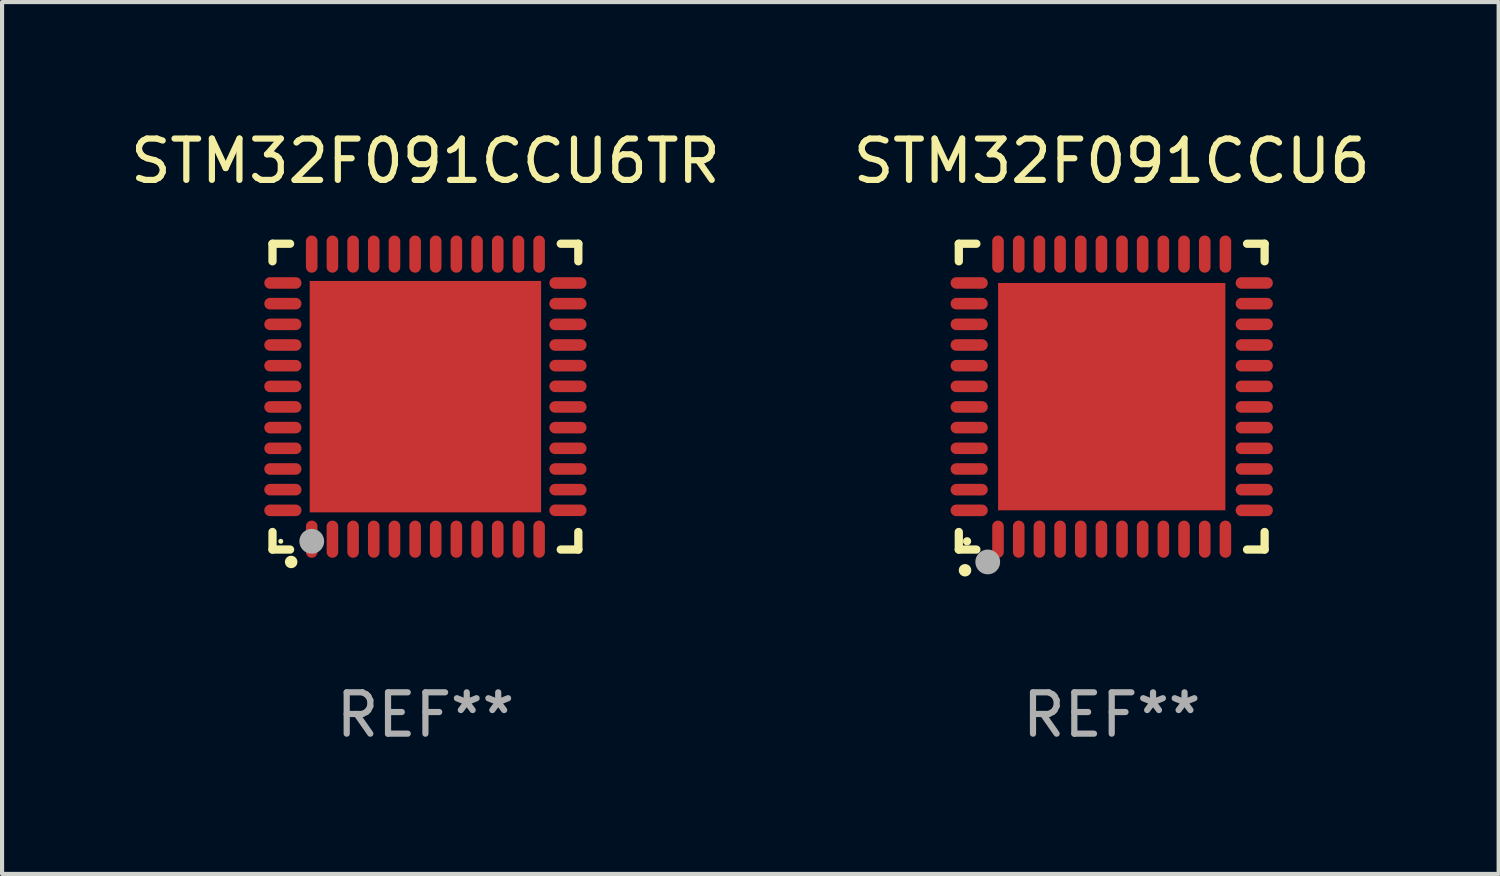
<source format=kicad_pcb>
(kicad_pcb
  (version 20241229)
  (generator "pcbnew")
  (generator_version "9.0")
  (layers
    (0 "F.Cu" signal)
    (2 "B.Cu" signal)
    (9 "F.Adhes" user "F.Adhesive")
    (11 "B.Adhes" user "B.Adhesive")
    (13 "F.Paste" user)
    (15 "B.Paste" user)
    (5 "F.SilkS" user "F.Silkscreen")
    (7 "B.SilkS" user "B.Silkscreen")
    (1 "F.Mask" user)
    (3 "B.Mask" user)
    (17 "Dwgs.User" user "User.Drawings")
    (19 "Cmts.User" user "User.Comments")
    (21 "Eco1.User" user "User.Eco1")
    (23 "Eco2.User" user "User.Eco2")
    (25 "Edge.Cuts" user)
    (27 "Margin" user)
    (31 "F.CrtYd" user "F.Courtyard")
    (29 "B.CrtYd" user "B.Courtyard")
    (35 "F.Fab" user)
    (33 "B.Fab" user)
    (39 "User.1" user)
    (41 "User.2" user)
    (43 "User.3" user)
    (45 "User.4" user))
  (footprint "STM32F091CCU6TR"
    (layer "F.Cu")
    (at 7.244 6.548)
    (property "Reference" "STM32F091CCU6TR" (at 0 -5.7 0) (layer "F.SilkS") (effects (font (size 1 1) (thickness 0.15))))
    (attr through_hole)
    (fp_line (start -3.7 -3.7) (end -3.275 -3.7) (stroke (width 0.2) (type solid)) (layer "F.SilkS"))
    (fp_line (start -3.7 -3.275) (end -3.7 -3.7) (stroke (width 0.2) (type solid)) (layer "F.SilkS"))
    (fp_line (start -3.7 3.7) (end -3.7 3.275) (stroke (width 0.2) (type solid)) (layer "F.SilkS"))
    (fp_line (start -3.275 3.7) (end -3.7 3.7) (stroke (width 0.2) (type solid)) (layer "F.SilkS"))
    (fp_line (start 3.7 -3.7) (end 3.275 -3.7) (stroke (width 0.2) (type solid)) (layer "F.SilkS"))
    (fp_line (start 3.7 -3.275) (end 3.7 -3.7) (stroke (width 0.2) (type solid)) (layer "F.SilkS"))
    (fp_line (start 3.7 3.275) (end 3.7 3.7) (stroke (width 0.2) (type solid)) (layer "F.SilkS"))
    (fp_line (start 3.7 3.7) (end 3.275 3.7) (stroke (width 0.2) (type solid)) (layer "F.SilkS"))
    (fp_arc (start -3.249936 3.999975) (mid -3.248666 3.99997) (end -3.247396 3.999975) (stroke (width 0.3) (type solid)) (layer "F.SilkS"))
    (fp_circle (center -3.5 3.5) (end -3.47 3.5) (stroke (width 0.06) (type solid)) (fill no) (layer "F.SilkS"))
    (fp_circle (center -2.75 3.5) (end -2.6 3.5) (stroke (width 0.3) (type solid)) (fill no) (layer "F.Fab"))
    (fp_text user "REF**" (at 0 7.7 0) (layer "F.Fab") (effects (font (size 1 1) (thickness 0.15))))
    (pad "1" smd oval (at -2.751 3.449) (size 0.28 0.9) (layers "F.Cu" "F.Mask" "F.Paste"))
    (pad "2" smd oval (at -2.25 3.449) (size 0.28 0.9) (layers "F.Cu" "F.Mask" "F.Paste"))
    (pad "3" smd oval (at -1.75 3.449) (size 0.28 0.9) (layers "F.Cu" "F.Mask" "F.Paste"))
    (pad "4" smd oval (at -1.25 3.449) (size 0.28 0.9) (layers "F.Cu" "F.Mask" "F.Paste"))
    (pad "5" smd oval (at -0.749 3.449) (size 0.28 0.9) (layers "F.Cu" "F.Mask" "F.Paste"))
    (pad "6" smd oval (at -0.249 3.449) (size 0.28 0.9) (layers "F.Cu" "F.Mask" "F.Paste"))
    (pad "7" smd oval (at 0.249 3.449) (size 0.28 0.9) (layers "F.Cu" "F.Mask" "F.Paste"))
    (pad "8" smd oval (at 0.749 3.449) (size 0.28 0.9) (layers "F.Cu" "F.Mask" "F.Paste"))
    (pad "9" smd oval (at 1.25 3.449) (size 0.28 0.9) (layers "F.Cu" "F.Mask" "F.Paste"))
    (pad "10" smd oval (at 1.75 3.449) (size 0.28 0.9) (layers "F.Cu" "F.Mask" "F.Paste"))
    (pad "11" smd oval (at 2.251 3.449) (size 0.28 0.9) (layers "F.Cu" "F.Mask" "F.Paste"))
    (pad "12" smd oval (at 2.751 3.449) (size 0.28 0.9) (layers "F.Cu" "F.Mask" "F.Paste"))
    (pad "13" smd oval (at 3.449 2.75) (size 0.9 0.28) (layers "F.Cu" "F.Mask" "F.Paste"))
    (pad "14" smd oval (at 3.449 2.25) (size 0.9 0.28) (layers "F.Cu" "F.Mask" "F.Paste"))
    (pad "15" smd oval (at 3.449 1.75) (size 0.9 0.28) (layers "F.Cu" "F.Mask" "F.Paste"))
    (pad "16" smd oval (at 3.449 1.25) (size 0.9 0.28) (layers "F.Cu" "F.Mask" "F.Paste"))
    (pad "17" smd oval (at 3.449 0.75) (size 0.9 0.28) (layers "F.Cu" "F.Mask" "F.Paste"))
    (pad "18" smd oval (at 3.449 0.25) (size 0.9 0.28) (layers "F.Cu" "F.Mask" "F.Paste"))
    (pad "19" smd oval (at 3.449 -0.25) (size 0.9 0.28) (layers "F.Cu" "F.Mask" "F.Paste"))
    (pad "20" smd oval (at 3.449 -0.75) (size 0.9 0.28) (layers "F.Cu" "F.Mask" "F.Paste"))
    (pad "21" smd oval (at 3.449 -1.25) (size 0.9 0.28) (layers "F.Cu" "F.Mask" "F.Paste"))
    (pad "22" smd oval (at 3.449 -1.75) (size 0.9 0.28) (layers "F.Cu" "F.Mask" "F.Paste"))
    (pad "23" smd oval (at 3.449 -2.25) (size 0.9 0.28) (layers "F.Cu" "F.Mask" "F.Paste"))
    (pad "24" smd oval (at 3.449 -2.75) (size 0.9 0.28) (layers "F.Cu" "F.Mask" "F.Paste"))
    (pad "25" smd oval (at 2.751 -3.449) (size 0.28 0.9) (layers "F.Cu" "F.Mask" "F.Paste"))
    (pad "26" smd oval (at 2.251 -3.449) (size 0.28 0.9) (layers "F.Cu" "F.Mask" "F.Paste"))
    (pad "27" smd oval (at 1.75 -3.449) (size 0.28 0.9) (layers "F.Cu" "F.Mask" "F.Paste"))
    (pad "28" smd oval (at 1.25 -3.449) (size 0.28 0.9) (layers "F.Cu" "F.Mask" "F.Paste"))
    (pad "29" smd oval (at 0.749 -3.449) (size 0.28 0.9) (layers "F.Cu" "F.Mask" "F.Paste"))
    (pad "30" smd oval (at 0.249 -3.449) (size 0.28 0.9) (layers "F.Cu" "F.Mask" "F.Paste"))
    (pad "31" smd oval (at -0.249 -3.449) (size 0.28 0.9) (layers "F.Cu" "F.Mask" "F.Paste"))
    (pad "32" smd oval (at -0.749 -3.449) (size 0.28 0.9) (layers "F.Cu" "F.Mask" "F.Paste"))
    (pad "33" smd oval (at -1.25 -3.449) (size 0.28 0.9) (layers "F.Cu" "F.Mask" "F.Paste"))
    (pad "34" smd oval (at -1.75 -3.449) (size 0.28 0.9) (layers "F.Cu" "F.Mask" "F.Paste"))
    (pad "35" smd oval (at -2.25 -3.449) (size 0.28 0.9) (layers "F.Cu" "F.Mask" "F.Paste"))
    (pad "36" smd oval (at -2.751 -3.449) (size 0.28 0.9) (layers "F.Cu" "F.Mask" "F.Paste"))
    (pad "37" smd oval (at -3.449 -2.751) (size 0.9 0.28) (layers "F.Cu" "F.Mask" "F.Paste"))
    (pad "38" smd oval (at -3.449 -2.25) (size 0.9 0.28) (layers "F.Cu" "F.Mask" "F.Paste"))
    (pad "39" smd oval (at -3.449 -1.75) (size 0.9 0.28) (layers "F.Cu" "F.Mask" "F.Paste"))
    (pad "40" smd oval (at -3.449 -1.25) (size 0.9 0.28) (layers "F.Cu" "F.Mask" "F.Paste"))
    (pad "41" smd oval (at -3.449 -0.749) (size 0.9 0.28) (layers "F.Cu" "F.Mask" "F.Paste"))
    (pad "42" smd oval (at -3.449 -0.249) (size 0.9 0.28) (layers "F.Cu" "F.Mask" "F.Paste"))
    (pad "43" smd oval (at -3.449 0.249) (size 0.9 0.28) (layers "F.Cu" "F.Mask" "F.Paste"))
    (pad "44" smd oval (at -3.449 0.749) (size 0.9 0.28) (layers "F.Cu" "F.Mask" "F.Paste"))
    (pad "45" smd oval (at -3.449 1.25) (size 0.9 0.28) (layers "F.Cu" "F.Mask" "F.Paste"))
    (pad "46" smd oval (at -3.449 1.75) (size 0.9 0.28) (layers "F.Cu" "F.Mask" "F.Paste"))
    (pad "47" smd oval (at -3.449 2.25) (size 0.9 0.28) (layers "F.Cu" "F.Mask" "F.Paste"))
    (pad "48" smd oval (at -3.449 2.751) (size 0.9 0.28) (layers "F.Cu" "F.Mask" "F.Paste"))
    (pad "49" smd rect (at 0.000076 -0.000025) (size 5.6 5.6) (layers "F.Cu" "F.Mask" "F.Paste")))
  (footprint "STM32F091CCU6"
    (layer "F.Cu")
    (at 23.851 6.548)
    (property "Reference" "STM32F091CCU6" (at 0 -5.7 0) (layer "F.SilkS") (effects (font (size 1 1) (thickness 0.15))))
    (attr through_hole)
    (fp_line (start -3.7 -3.7) (end -3.275 -3.7) (stroke (width 0.2) (type solid)) (layer "F.SilkS"))
    (fp_line (start -3.7 -3.275) (end -3.7 -3.7) (stroke (width 0.2) (type solid)) (layer "F.SilkS"))
    (fp_line (start -3.7 3.7) (end -3.7 3.275) (stroke (width 0.2) (type solid)) (layer "F.SilkS"))
    (fp_line (start -3.275 3.7) (end -3.7 3.7) (stroke (width 0.2) (type solid)) (layer "F.SilkS"))
    (fp_line (start 3.7 -3.7) (end 3.275 -3.7) (stroke (width 0.2) (type solid)) (layer "F.SilkS"))
    (fp_line (start 3.7 -3.275) (end 3.7 -3.7) (stroke (width 0.2) (type solid)) (layer "F.SilkS"))
    (fp_line (start 3.7 3.275) (end 3.7 3.7) (stroke (width 0.2) (type solid)) (layer "F.SilkS"))
    (fp_line (start 3.7 3.7) (end 3.275 3.7) (stroke (width 0.2) (type solid)) (layer "F.SilkS"))
    (fp_arc (start -3.550927 4.201168) (mid -3.549657 4.201163) (end -3.548387 4.201168) (stroke (width 0.3) (type solid)) (layer "F.SilkS"))
    (fp_circle (center -3.5 3.5) (end -3.45 3.5) (stroke (width 0.1) (type solid)) (fill no) (layer "F.SilkS"))
    (fp_circle (center -3 4) (end -2.85 4) (stroke (width 0.3) (type solid)) (fill no) (layer "F.Fab"))
    (fp_text user "REF**" (at 0 7.7 0) (layer "F.Fab") (effects (font (size 1 1) (thickness 0.15))))
    (pad "1" smd oval (at -2.751 3.449) (size 0.28 0.9) (layers "F.Cu" "F.Mask" "F.Paste"))
    (pad "2" smd oval (at -2.25 3.449) (size 0.28 0.9) (layers "F.Cu" "F.Mask" "F.Paste"))
    (pad "3" smd oval (at -1.75 3.449) (size 0.28 0.9) (layers "F.Cu" "F.Mask" "F.Paste"))
    (pad "4" smd oval (at -1.25 3.449) (size 0.28 0.9) (layers "F.Cu" "F.Mask" "F.Paste"))
    (pad "5" smd oval (at -0.749 3.449) (size 0.28 0.9) (layers "F.Cu" "F.Mask" "F.Paste"))
    (pad "6" smd oval (at -0.249 3.449) (size 0.28 0.9) (layers "F.Cu" "F.Mask" "F.Paste"))
    (pad "7" smd oval (at 0.249 3.449) (size 0.28 0.9) (layers "F.Cu" "F.Mask" "F.Paste"))
    (pad "8" smd oval (at 0.749 3.449) (size 0.28 0.9) (layers "F.Cu" "F.Mask" "F.Paste"))
    (pad "9" smd oval (at 1.25 3.449) (size 0.28 0.9) (layers "F.Cu" "F.Mask" "F.Paste"))
    (pad "10" smd oval (at 1.75 3.449) (size 0.28 0.9) (layers "F.Cu" "F.Mask" "F.Paste"))
    (pad "11" smd oval (at 2.251 3.449) (size 0.28 0.9) (layers "F.Cu" "F.Mask" "F.Paste"))
    (pad "12" smd oval (at 2.751 3.449) (size 0.28 0.9) (layers "F.Cu" "F.Mask" "F.Paste"))
    (pad "13" smd oval (at 3.449 2.751) (size 0.9 0.28) (layers "F.Cu" "F.Mask" "F.Paste"))
    (pad "14" smd oval (at 3.449 2.251) (size 0.9 0.28) (layers "F.Cu" "F.Mask" "F.Paste"))
    (pad "15" smd oval (at 3.449 1.75) (size 0.9 0.28) (layers "F.Cu" "F.Mask" "F.Paste"))
    (pad "16" smd oval (at 3.449 1.25) (size 0.9 0.28) (layers "F.Cu" "F.Mask" "F.Paste"))
    (pad "17" smd oval (at 3.449 0.749) (size 0.9 0.28) (layers "F.Cu" "F.Mask" "F.Paste"))
    (pad "18" smd oval (at 3.449 0.249) (size 0.9 0.28) (layers "F.Cu" "F.Mask" "F.Paste"))
    (pad "19" smd oval (at 3.449 -0.249) (size 0.9 0.28) (layers "F.Cu" "F.Mask" "F.Paste"))
    (pad "20" smd oval (at 3.449 -0.749) (size 0.9 0.28) (layers "F.Cu" "F.Mask" "F.Paste"))
    (pad "21" smd oval (at 3.449 -1.25) (size 0.9 0.28) (layers "F.Cu" "F.Mask" "F.Paste"))
    (pad "22" smd oval (at 3.449 -1.75) (size 0.9 0.28) (layers "F.Cu" "F.Mask" "F.Paste"))
    (pad "23" smd oval (at 3.449 -2.25) (size 0.9 0.28) (layers "F.Cu" "F.Mask" "F.Paste"))
    (pad "24" smd oval (at 3.449 -2.751) (size 0.9 0.28) (layers "F.Cu" "F.Mask" "F.Paste"))
    (pad "25" smd oval (at 2.751 -3.449) (size 0.28 0.9) (layers "F.Cu" "F.Mask" "F.Paste"))
    (pad "26" smd oval (at 2.251 -3.449) (size 0.28 0.9) (layers "F.Cu" "F.Mask" "F.Paste"))
    (pad "27" smd oval (at 1.75 -3.449) (size 0.28 0.9) (layers "F.Cu" "F.Mask" "F.Paste"))
    (pad "28" smd oval (at 1.25 -3.449) (size 0.28 0.9) (layers "F.Cu" "F.Mask" "F.Paste"))
    (pad "29" smd oval (at 0.749 -3.449) (size 0.28 0.9) (layers "F.Cu" "F.Mask" "F.Paste"))
    (pad "30" smd oval (at 0.249 -3.449) (size 0.28 0.9) (layers "F.Cu" "F.Mask" "F.Paste"))
    (pad "31" smd oval (at -0.249 -3.449) (size 0.28 0.9) (layers "F.Cu" "F.Mask" "F.Paste"))
    (pad "32" smd oval (at -0.749 -3.449) (size 0.28 0.9) (layers "F.Cu" "F.Mask" "F.Paste"))
    (pad "33" smd oval (at -1.25 -3.449) (size 0.28 0.9) (layers "F.Cu" "F.Mask" "F.Paste"))
    (pad "34" smd oval (at -1.75 -3.449) (size 0.28 0.9) (layers "F.Cu" "F.Mask" "F.Paste"))
    (pad "35" smd oval (at -2.25 -3.449) (size 0.28 0.9) (layers "F.Cu" "F.Mask" "F.Paste"))
    (pad "36" smd oval (at -2.751 -3.449) (size 0.28 0.9) (layers "F.Cu" "F.Mask" "F.Paste"))
    (pad "37" smd oval (at -3.449 -2.751) (size 0.9 0.28) (layers "F.Cu" "F.Mask" "F.Paste"))
    (pad "38" smd oval (at -3.449 -2.25) (size 0.9 0.28) (layers "F.Cu" "F.Mask" "F.Paste"))
    (pad "39" smd oval (at -3.449 -1.75) (size 0.9 0.28) (layers "F.Cu" "F.Mask" "F.Paste"))
    (pad "40" smd oval (at -3.449 -1.25) (size 0.9 0.28) (layers "F.Cu" "F.Mask" "F.Paste"))
    (pad "41" smd oval (at -3.449 -0.749) (size 0.9 0.28) (layers "F.Cu" "F.Mask" "F.Paste"))
    (pad "42" smd oval (at -3.449 -0.249) (size 0.9 0.28) (layers "F.Cu" "F.Mask" "F.Paste"))
    (pad "43" smd oval (at -3.449 0.249) (size 0.9 0.28) (layers "F.Cu" "F.Mask" "F.Paste"))
    (pad "44" smd oval (at -3.449 0.749) (size 0.9 0.28) (layers "F.Cu" "F.Mask" "F.Paste"))
    (pad "45" smd oval (at -3.449 1.25) (size 0.9 0.28) (layers "F.Cu" "F.Mask" "F.Paste"))
    (pad "46" smd oval (at -3.449 1.75) (size 0.9 0.28) (layers "F.Cu" "F.Mask" "F.Paste"))
    (pad "47" smd oval (at -3.449 2.251) (size 0.9 0.28) (layers "F.Cu" "F.Mask" "F.Paste"))
    (pad "48" smd oval (at -3.449 2.751) (size 0.9 0.28) (layers "F.Cu" "F.Mask" "F.Paste"))
    (pad "49" smd rect (at 0.000076 0.000076) (size 5.5 5.5) (layers "F.Cu" "F.Mask" "F.Paste")))
  (gr_rect
    (start -3 -3)
    (end 33.214 18.097)
    (stroke (width 0.1) (type default))
    (fill no)
    (layer "Edge.Cuts")))
</source>
